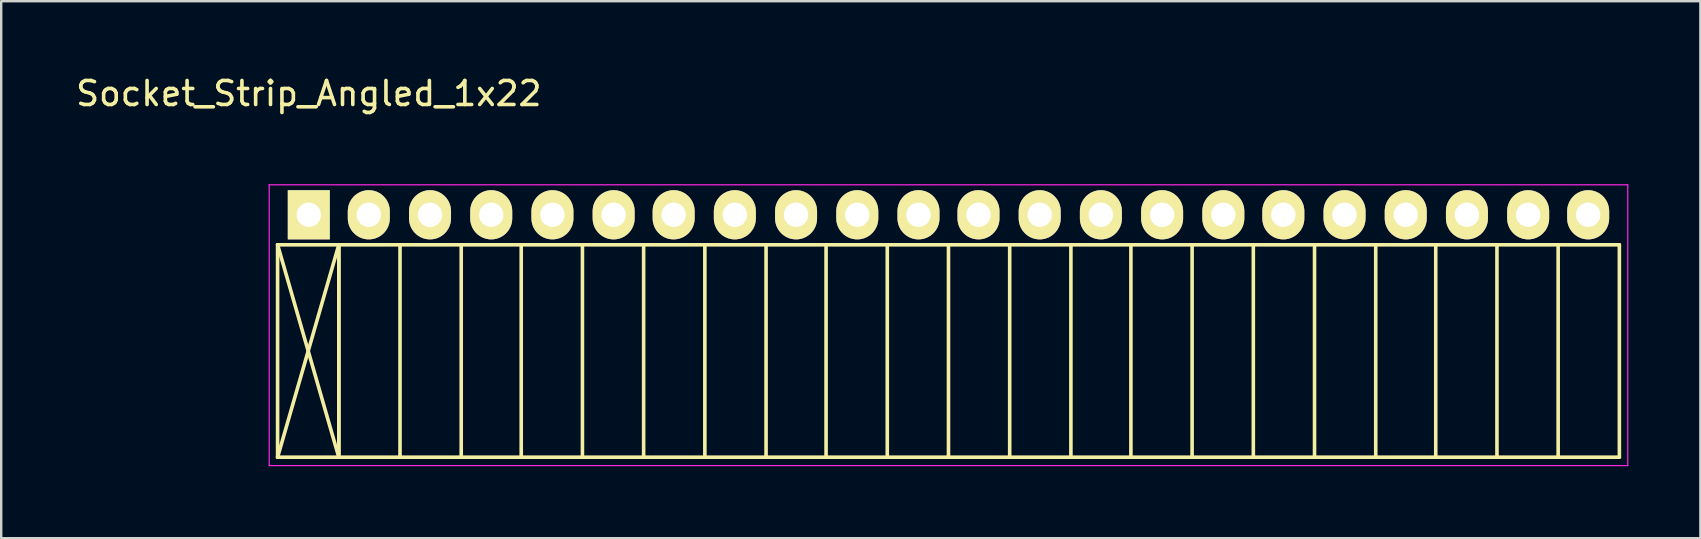
<source format=kicad_pcb>
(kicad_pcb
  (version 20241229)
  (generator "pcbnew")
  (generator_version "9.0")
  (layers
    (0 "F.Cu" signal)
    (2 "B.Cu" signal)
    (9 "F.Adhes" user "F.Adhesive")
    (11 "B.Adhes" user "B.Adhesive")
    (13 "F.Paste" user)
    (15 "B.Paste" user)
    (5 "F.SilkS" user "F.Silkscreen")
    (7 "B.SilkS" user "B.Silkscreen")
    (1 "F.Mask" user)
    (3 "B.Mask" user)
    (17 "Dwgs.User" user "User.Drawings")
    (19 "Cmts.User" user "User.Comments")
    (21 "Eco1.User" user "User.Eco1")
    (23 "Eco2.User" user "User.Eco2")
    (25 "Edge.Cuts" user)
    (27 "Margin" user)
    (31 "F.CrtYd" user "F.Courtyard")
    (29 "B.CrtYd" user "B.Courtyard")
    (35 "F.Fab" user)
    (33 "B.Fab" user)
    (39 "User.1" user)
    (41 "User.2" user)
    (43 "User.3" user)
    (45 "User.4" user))
  (footprint "Socket_Strip_Angled_1x22"
    (layer "F.Cu")
    (at 9.815 5.898)
    (property "Reference" "Socket_Strip_Angled_1x22" (at 0 -5.05 0) (layer "F.SilkS") (effects (font (size 1 1) (thickness 0.15))))
    (attr through_hole)
    (fp_line (start -1.3 1.25) (end -1.3 10.1) (stroke (width 0.15) (type solid)) (layer "F.SilkS"))
    (fp_line (start -1.3 1.25) (end 1.25 1.25) (stroke (width 0.15) (type solid)) (layer "F.SilkS"))
    (fp_line (start -1.3 1.25) (end 1.25 10.1) (stroke (width 0.15) (type solid)) (layer "F.SilkS"))
    (fp_line (start -1.3 10.1) (end 1.25 1.25) (stroke (width 0.15) (type solid)) (layer "F.SilkS"))
    (fp_line (start -1.3 10.1) (end 1.25 10.1) (stroke (width 0.15) (type solid)) (layer "F.SilkS"))
    (fp_line (start 1.25 1.25) (end 1.25 10.1) (stroke (width 0.15) (type solid)) (layer "F.SilkS"))
    (fp_line (start 1.25 1.25) (end 3.8 1.25) (stroke (width 0.15) (type solid)) (layer "F.SilkS"))
    (fp_line (start 1.25 10.1) (end 1.25 1.25) (stroke (width 0.15) (type solid)) (layer "F.SilkS"))
    (fp_line (start 1.25 10.1) (end 3.8 10.1) (stroke (width 0.15) (type solid)) (layer "F.SilkS"))
    (fp_line (start 3.8 1.25) (end 6.35 1.25) (stroke (width 0.15) (type solid)) (layer "F.SilkS"))
    (fp_line (start 3.8 10.1) (end 3.8 1.25) (stroke (width 0.15) (type solid)) (layer "F.SilkS"))
    (fp_line (start 3.8 10.1) (end 6.35 10.1) (stroke (width 0.15) (type solid)) (layer "F.SilkS"))
    (fp_line (start 6.35 1.25) (end 8.85 1.25) (stroke (width 0.15) (type solid)) (layer "F.SilkS"))
    (fp_line (start 6.35 10.1) (end 6.35 1.25) (stroke (width 0.15) (type solid)) (layer "F.SilkS"))
    (fp_line (start 6.35 10.1) (end 8.85 10.1) (stroke (width 0.15) (type solid)) (layer "F.SilkS"))
    (fp_line (start 8.85 1.25) (end 11.4 1.25) (stroke (width 0.15) (type solid)) (layer "F.SilkS"))
    (fp_line (start 8.85 10.1) (end 8.85 1.25) (stroke (width 0.15) (type solid)) (layer "F.SilkS"))
    (fp_line (start 8.85 10.1) (end 11.4 10.1) (stroke (width 0.15) (type solid)) (layer "F.SilkS"))
    (fp_line (start 11.4 1.25) (end 13.95 1.25) (stroke (width 0.15) (type solid)) (layer "F.SilkS"))
    (fp_line (start 11.4 10.1) (end 11.4 1.25) (stroke (width 0.15) (type solid)) (layer "F.SilkS"))
    (fp_line (start 11.4 10.1) (end 13.95 10.1) (stroke (width 0.15) (type solid)) (layer "F.SilkS"))
    (fp_line (start 13.95 1.25) (end 16.5 1.25) (stroke (width 0.15) (type solid)) (layer "F.SilkS"))
    (fp_line (start 13.95 10.1) (end 13.95 1.25) (stroke (width 0.15) (type solid)) (layer "F.SilkS"))
    (fp_line (start 13.95 10.1) (end 16.5 10.1) (stroke (width 0.15) (type solid)) (layer "F.SilkS"))
    (fp_line (start 16.5 1.25) (end 19.05 1.25) (stroke (width 0.15) (type solid)) (layer "F.SilkS"))
    (fp_line (start 16.5 10.1) (end 16.5 1.25) (stroke (width 0.15) (type solid)) (layer "F.SilkS"))
    (fp_line (start 16.5 10.1) (end 19.05 10.1) (stroke (width 0.15) (type solid)) (layer "F.SilkS"))
    (fp_line (start 19.05 1.25) (end 21.55 1.25) (stroke (width 0.15) (type solid)) (layer "F.SilkS"))
    (fp_line (start 19.05 10.1) (end 19.05 1.25) (stroke (width 0.15) (type solid)) (layer "F.SilkS"))
    (fp_line (start 19.05 10.1) (end 21.55 10.1) (stroke (width 0.15) (type solid)) (layer "F.SilkS"))
    (fp_line (start 21.55 1.25) (end 24.1 1.25) (stroke (width 0.15) (type solid)) (layer "F.SilkS"))
    (fp_line (start 21.55 10.1) (end 21.55 1.25) (stroke (width 0.15) (type solid)) (layer "F.SilkS"))
    (fp_line (start 21.55 10.1) (end 24.1 10.1) (stroke (width 0.15) (type solid)) (layer "F.SilkS"))
    (fp_line (start 24.1 1.25) (end 26.65 1.25) (stroke (width 0.15) (type solid)) (layer "F.SilkS"))
    (fp_line (start 24.1 10.1) (end 24.1 1.25) (stroke (width 0.15) (type solid)) (layer "F.SilkS"))
    (fp_line (start 24.1 10.1) (end 26.65 10.1) (stroke (width 0.15) (type solid)) (layer "F.SilkS"))
    (fp_line (start 26.65 1.25) (end 29.2 1.25) (stroke (width 0.15) (type solid)) (layer "F.SilkS"))
    (fp_line (start 26.65 10.1) (end 26.65 1.25) (stroke (width 0.15) (type solid)) (layer "F.SilkS"))
    (fp_line (start 26.65 10.1) (end 29.2 10.1) (stroke (width 0.15) (type solid)) (layer "F.SilkS"))
    (fp_line (start 29.2 1.25) (end 31.75 1.25) (stroke (width 0.15) (type solid)) (layer "F.SilkS"))
    (fp_line (start 29.2 10.1) (end 29.2 1.25) (stroke (width 0.15) (type solid)) (layer "F.SilkS"))
    (fp_line (start 29.2 10.1) (end 31.75 10.1) (stroke (width 0.15) (type solid)) (layer "F.SilkS"))
    (fp_line (start 31.75 1.25) (end 34.25 1.25) (stroke (width 0.15) (type solid)) (layer "F.SilkS"))
    (fp_line (start 31.75 10.1) (end 31.75 1.25) (stroke (width 0.15) (type solid)) (layer "F.SilkS"))
    (fp_line (start 31.75 10.1) (end 34.25 10.1) (stroke (width 0.15) (type solid)) (layer "F.SilkS"))
    (fp_line (start 34.25 1.25) (end 36.8 1.25) (stroke (width 0.15) (type solid)) (layer "F.SilkS"))
    (fp_line (start 34.25 10.1) (end 34.25 1.25) (stroke (width 0.15) (type solid)) (layer "F.SilkS"))
    (fp_line (start 34.25 10.1) (end 36.8 10.1) (stroke (width 0.15) (type solid)) (layer "F.SilkS"))
    (fp_line (start 36.8 1.25) (end 39.35 1.25) (stroke (width 0.15) (type solid)) (layer "F.SilkS"))
    (fp_line (start 36.8 10.1) (end 36.8 1.25) (stroke (width 0.15) (type solid)) (layer "F.SilkS"))
    (fp_line (start 36.8 10.1) (end 39.35 10.1) (stroke (width 0.15) (type solid)) (layer "F.SilkS"))
    (fp_line (start 39.35 1.25) (end 41.9 1.25) (stroke (width 0.15) (type solid)) (layer "F.SilkS"))
    (fp_line (start 39.35 10.1) (end 39.35 1.25) (stroke (width 0.15) (type solid)) (layer "F.SilkS"))
    (fp_line (start 39.35 10.1) (end 41.9 10.1) (stroke (width 0.15) (type solid)) (layer "F.SilkS"))
    (fp_line (start 41.9 1.25) (end 44.45 1.25) (stroke (width 0.15) (type solid)) (layer "F.SilkS"))
    (fp_line (start 41.9 10.1) (end 41.9 1.25) (stroke (width 0.15) (type solid)) (layer "F.SilkS"))
    (fp_line (start 41.9 10.1) (end 44.45 10.1) (stroke (width 0.15) (type solid)) (layer "F.SilkS"))
    (fp_line (start 44.45 1.25) (end 46.95 1.25) (stroke (width 0.15) (type solid)) (layer "F.SilkS"))
    (fp_line (start 44.45 10.1) (end 44.45 1.25) (stroke (width 0.15) (type solid)) (layer "F.SilkS"))
    (fp_line (start 44.45 10.1) (end 46.95 10.1) (stroke (width 0.15) (type solid)) (layer "F.SilkS"))
    (fp_line (start 46.95 1.25) (end 49.5 1.25) (stroke (width 0.15) (type solid)) (layer "F.SilkS"))
    (fp_line (start 46.95 10.1) (end 46.95 1.25) (stroke (width 0.15) (type solid)) (layer "F.SilkS"))
    (fp_line (start 46.95 10.1) (end 49.5 10.1) (stroke (width 0.15) (type solid)) (layer "F.SilkS"))
    (fp_line (start 49.5 1.25) (end 52.05 1.25) (stroke (width 0.15) (type solid)) (layer "F.SilkS"))
    (fp_line (start 49.5 10.1) (end 49.5 1.25) (stroke (width 0.15) (type solid)) (layer "F.SilkS"))
    (fp_line (start 49.5 10.1) (end 52.05 10.1) (stroke (width 0.15) (type solid)) (layer "F.SilkS"))
    (fp_line (start 52.05 1.25) (end 54.6 1.25) (stroke (width 0.15) (type solid)) (layer "F.SilkS"))
    (fp_line (start 52.05 10.1) (end 52.05 1.25) (stroke (width 0.15) (type solid)) (layer "F.SilkS"))
    (fp_line (start 52.05 10.1) (end 54.6 10.1) (stroke (width 0.15) (type solid)) (layer "F.SilkS"))
    (fp_line (start 54.6 10.1) (end 54.6 1.25) (stroke (width 0.15) (type solid)) (layer "F.SilkS"))
    (fp_line (start -1.65 -1.25) (end -1.65 10.45) (stroke (width 0.05) (type solid)) (layer "F.CrtYd"))
    (fp_line (start -1.65 -1.25) (end 54.95 -1.25) (stroke (width 0.05) (type solid)) (layer "F.CrtYd"))
    (fp_line (start -1.65 10.45) (end 54.95 10.45) (stroke (width 0.05) (type solid)) (layer "F.CrtYd"))
    (fp_line (start 54.95 -1.25) (end 54.95 10.45) (stroke (width 0.05) (type solid)) (layer "F.CrtYd"))
    (pad "1" thru_hole rect (at 0 0) (size 1.75 2.05) (drill 1.016) (layers "*.Cu" "*.Mask" "F.SilkS"))
    (pad "2" thru_hole oval (at 2.5 0) (size 1.75 2.05) (drill 1.016) (layers "*.Cu" "*.Mask" "F.SilkS"))
    (pad "3" thru_hole oval (at 5.05 0) (size 1.75 2.05) (drill 1.016) (layers "*.Cu" "*.Mask" "F.SilkS"))
    (pad "4" thru_hole oval (at 7.6 0) (size 1.75 2.05) (drill 1.016) (layers "*.Cu" "*.Mask" "F.SilkS"))
    (pad "5" thru_hole oval (at 10.15 0) (size 1.75 2.05) (drill 1.016) (layers "*.Cu" "*.Mask" "F.SilkS"))
    (pad "6" thru_hole oval (at 12.7 0) (size 1.75 2.05) (drill 1.016) (layers "*.Cu" "*.Mask" "F.SilkS"))
    (pad "7" thru_hole oval (at 15.2 0) (size 1.75 2.05) (drill 1.016) (layers "*.Cu" "*.Mask" "F.SilkS"))
    (pad "8" thru_hole oval (at 17.75 0) (size 1.75 2.05) (drill 1.016) (layers "*.Cu" "*.Mask" "F.SilkS"))
    (pad "9" thru_hole oval (at 20.3 0) (size 1.75 2.05) (drill 1.016) (layers "*.Cu" "*.Mask" "F.SilkS"))
    (pad "10" thru_hole oval (at 22.85 0) (size 1.75 2.05) (drill 1.016) (layers "*.Cu" "*.Mask" "F.SilkS"))
    (pad "11" thru_hole oval (at 25.4 0) (size 1.75 2.05) (drill 1.016) (layers "*.Cu" "*.Mask" "F.SilkS"))
    (pad "12" thru_hole oval (at 27.9 0) (size 1.75 2.05) (drill 1.016) (layers "*.Cu" "*.Mask" "F.SilkS"))
    (pad "13" thru_hole oval (at 30.45 0) (size 1.75 2.05) (drill 1.016) (layers "*.Cu" "*.Mask" "F.SilkS"))
    (pad "14" thru_hole oval (at 33 0) (size 1.75 2.05) (drill 1.016) (layers "*.Cu" "*.Mask" "F.SilkS"))
    (pad "15" thru_hole oval (at 35.55 0) (size 1.75 2.05) (drill 1.016) (layers "*.Cu" "*.Mask" "F.SilkS"))
    (pad "16" thru_hole oval (at 38.1 0) (size 1.75 2.05) (drill 1.016) (layers "*.Cu" "*.Mask" "F.SilkS"))
    (pad "17" thru_hole oval (at 40.6 0) (size 1.75 2.05) (drill 1.016) (layers "*.Cu" "*.Mask" "F.SilkS"))
    (pad "18" thru_hole oval (at 43.15 0) (size 1.75 2.05) (drill 1.016) (layers "*.Cu" "*.Mask" "F.SilkS"))
    (pad "19" thru_hole oval (at 45.7 0) (size 1.75 2.05) (drill 1.016) (layers "*.Cu" "*.Mask" "F.SilkS"))
    (pad "20" thru_hole oval (at 48.25 0) (size 1.75 2.05) (drill 1.016) (layers "*.Cu" "*.Mask" "F.SilkS"))
    (pad "21" thru_hole oval (at 50.8 0) (size 1.75 2.05) (drill 1.016) (layers "*.Cu" "*.Mask" "F.SilkS"))
    (pad "22" thru_hole oval (at 53.3 0) (size 1.75 2.05) (drill 1.016) (layers "*.Cu" "*.Mask" "F.SilkS")))
  (gr_rect
    (start -3 -3)
    (end 67.79 19.373)
    (stroke (width 0.1) (type default))
    (fill no)
    (layer "Edge.Cuts")))
</source>
